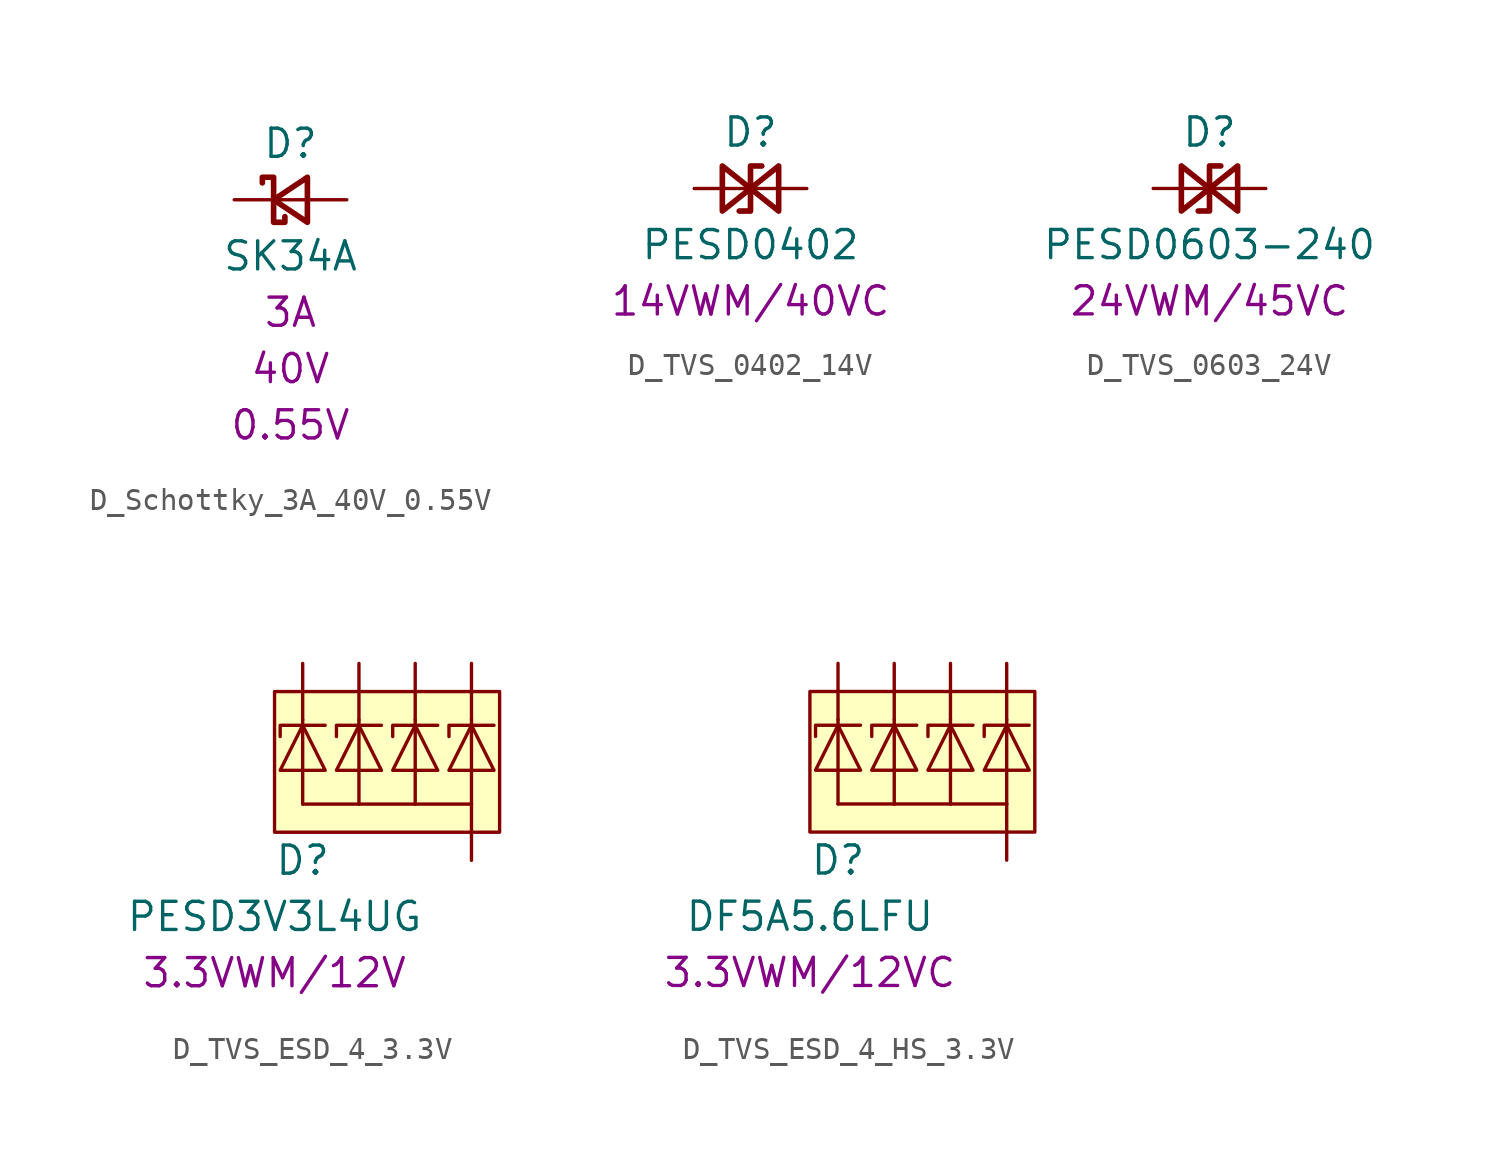
<source format=kicad_sym>
(kicad_symbol_lib
  (version 20231120)
  (generator "kicad_symbol_editor")
  (generator_version "8.0")
  (symbol "D_Schottky_3A_40V_0.55V"
    (pin_numbers hide)
    (pin_names
      (offset 1.016) hide)
    (property "Reference" "D"
      (at 0 2.54 0)
      (effects (font (size 1.27 1.27))))
    (property "Value" "SK34A"
      (at 0 -2.54 0)
      (effects (font (size 1.27 1.27))))
    (property "IMax" "3A"
      (at 0 -5.08 0)
      (effects (font (size 1.27 1.27))))
    (property "VDrop" "0.55V"
      (at 0 -10.16 0)
      (effects (font (size 1.27 1.27))))
    (property "VMax" "40V"
      (at 0 -7.62 0)
      (effects (font (size 1.27 1.27))))
    (symbol "D_Schottky_3A_40V_0.55V_0_1"
      (polyline (pts (xy -0.762 0) (xy 0.762 0)) (stroke (width 0) (type default)) (fill (type none)))
      (polyline (pts (xy 0.762 -1.016) (xy -0.762 0) (xy 0.762 1.016) (xy 0.762 -1.016)) (stroke (width 0.254) (type default)) (fill (type none)))
      (polyline (pts (xy -1.27 0.762) (xy -1.27 1.016) (xy -0.762 1.016) (xy -0.762 -1.016) (xy -0.254 -1.016) (xy -0.254 -0.762)) (stroke (width 0.254) (type default)) (fill (type none))))
    (symbol "D_Schottky_3A_40V_0.55V_1_1"
      (pin passive line (at -2.54 0 0) (length 1.778) (name "K" (effects (font (size 1.27 1.27)))) (number "1" (effects (font (size 1.27 1.27)))))
      (pin passive line (at 2.54 0 180) (length 1.778) (name "A" (effects (font (size 1.27 1.27)))) (number "2" (effects (font (size 1.27 1.27)))))))
  (symbol "D_TVS_0402_14V"
    (pin_numbers hide)
    (pin_names
      (offset 1.016) hide)
    (property "Reference" "D"
      (at 0 2.54 0)
      (effects (font (size 1.27 1.27))))
    (property "Value" "PESD0402"
      (at 0 -2.54 0)
      (effects (font (size 1.27 1.27))))
    (property "Rating" "14VWM/40VC"
      (at 0 -5.08 0)
      (effects (font (size 1.27 1.27))))
    (symbol "D_TVS_0402_14V_0_1"
      (polyline (pts (xy -1.27 0) (xy 1.27 0)) (stroke (width 0) (type default)) (fill (type none)))
      (polyline (pts (xy 0.508 1.016) (xy 0 1.016) (xy 0 -1.016) (xy -0.508 -1.016)) (stroke (width 0.254) (type default)) (fill (type none)))
      (polyline (pts (xy -1.27 1.016) (xy -1.27 -1.016) (xy 1.27 1.016) (xy 1.27 -1.016) (xy -1.27 1.016)) (stroke (width 0.254) (type default)) (fill (type none))))
    (symbol "D_TVS_0402_14V_1_1"
      (pin passive line (at -2.54 0 0) (length 1.27) (name "A1" (effects (font (size 1.27 1.27)))) (number "1" (effects (font (size 1.27 1.27)))))
      (pin passive line (at 2.54 0 180) (length 1.27) (name "A2" (effects (font (size 1.27 1.27)))) (number "2" (effects (font (size 1.27 1.27)))))))
  (symbol "D_TVS_0603_24V"
    (pin_numbers hide)
    (pin_names
      (offset 1.016) hide)
    (property "Reference" "D"
      (at 0 2.54 0)
      (effects (font (size 1.27 1.27))))
    (property "Value" "PESD0603-240"
      (at 0 -2.54 0)
      (effects (font (size 1.27 1.27))))
    (property "Rating" "24VWM/45VC"
      (at 0 -5.08 0)
      (effects (font (size 1.27 1.27))))
    (symbol "D_TVS_0603_24V_0_1"
      (polyline (pts (xy -1.27 0) (xy 1.27 0)) (stroke (width 0) (type default)) (fill (type none)))
      (polyline (pts (xy 0.508 1.016) (xy 0 1.016) (xy 0 -1.016) (xy -0.508 -1.016)) (stroke (width 0.254) (type default)) (fill (type none)))
      (polyline (pts (xy -1.27 1.016) (xy -1.27 -1.016) (xy 1.27 1.016) (xy 1.27 -1.016) (xy -1.27 1.016)) (stroke (width 0.254) (type default)) (fill (type none))))
    (symbol "D_TVS_0603_24V_1_1"
      (pin passive line (at -2.54 0 0) (length 1.27) (name "A1" (effects (font (size 1.27 1.27)))) (number "1" (effects (font (size 1.27 1.27)))))
      (pin passive line (at 2.54 0 180) (length 1.27) (name "A2" (effects (font (size 1.27 1.27)))) (number "2" (effects (font (size 1.27 1.27)))))))
  (symbol "D_TVS_ESD_4_3.3V"
    (pin_numbers hide)
    (pin_names hide)
    (property "Reference" "D"
      (at -2.54 -5.08 0)
      (effects (font (size 1.27 1.27))))
    (property "Value" "PESD3V3L4UG"
      (at -3.81 -7.62 0)
      (effects (font (size 1.27 1.27))))
    (property "Rating" "3.3VWM/12V"
      (at -3.81 -10.16 0)
      (effects (font (size 1.27 1.27))))
    (symbol "D_TVS_ESD_4_3.3V_0_1"
      (polyline (pts (xy -2.54 1.016) (xy -2.54 -2.54)) (stroke (width 0) (type default)) (fill (type none)))
      (polyline (pts (xy 0 1.016) (xy 0 -2.54)) (stroke (width 0) (type default)) (fill (type none)))
      (polyline (pts (xy 2.54 1.016) (xy 2.54 -2.54)) (stroke (width 0) (type default)) (fill (type none)))
      (polyline (pts (xy 5.08 1.016) (xy 5.08 -2.54)) (stroke (width 0) (type default)) (fill (type none)))
      (polyline (pts (xy -1.524 1.016) (xy -3.556 1.016) (xy -3.556 0.508)) (stroke (width 0) (type default)) (fill (type none)))
      (polyline (pts (xy 1.016 1.016) (xy -1.016 1.016) (xy -1.016 0.508)) (stroke (width 0) (type default)) (fill (type none)))
      (polyline (pts (xy 3.556 1.016) (xy 1.524 1.016) (xy 1.524 0.508)) (stroke (width 0) (type default)) (fill (type none)))
      (polyline (pts (xy 6.096 1.016) (xy 4.064 1.016) (xy 4.064 0.508)) (stroke (width 0) (type default)) (fill (type none)))
      (polyline (pts (xy -1.524 -1.016) (xy -2.54 1.016) (xy -3.556 -1.016) (xy -1.524 -1.016)) (stroke (width 0) (type default)) (fill (type none)))
      (polyline (pts (xy 1.016 -1.016) (xy 0 1.016) (xy -1.016 -1.016) (xy 1.016 -1.016)) (stroke (width 0) (type default)) (fill (type none)))
      (polyline (pts (xy 3.556 -1.016) (xy 2.54 1.016) (xy 1.524 -1.016) (xy 3.556 -1.016)) (stroke (width 0) (type default)) (fill (type none)))
      (polyline (pts (xy 6.096 -1.016) (xy 5.08 1.016) (xy 4.064 -1.016) (xy 6.096 -1.016)) (stroke (width 0) (type default)) (fill (type none))))
    (symbol "D_TVS_ESD_4_3.3V_1_1"
      (rectangle (start -3.81 2.54) (end 6.35 -3.81) (stroke (width 0) (type default)) (fill (type background)))
      (polyline (pts (xy -2.54 1.27) (xy -2.54 1.027)) (stroke (width 0) (type default)) (fill (type none)))
      (polyline (pts (xy 0 -2.54) (xy -2.54 -2.54)) (stroke (width 0) (type default)) (fill (type none)))
      (polyline (pts (xy 0 1.27) (xy 0 1.027)) (stroke (width 0) (type default)) (fill (type none)))
      (polyline (pts (xy 2.54 -2.54) (xy 0 -2.54)) (stroke (width 0) (type default)) (fill (type none)))
      (polyline (pts (xy 2.54 1.27) (xy 2.54 1.027)) (stroke (width 0) (type default)) (fill (type none)))
      (polyline (pts (xy 5.08 -2.54) (xy 2.54 -2.54)) (stroke (width 0) (type default)) (fill (type none)))
      (polyline (pts (xy 5.08 1.27) (xy 5.08 1.027)) (stroke (width 0) (type default)) (fill (type none)))
      (pin passive line (at -2.54 3.81 270) (length 2.54) (name "K1" (effects (font (size 1.27 1.27)))) (number "1" (effects (font (size 1.27 1.27)))))
      (pin passive line (at 5.08 -5.08 90) (length 2.54) (name "A" (effects (font (size 1.27 1.27)))) (number "2" (effects (font (size 1.27 1.27)))))
      (pin passive line (at 0 3.81 270) (length 2.54) (name "K2" (effects (font (size 1.27 1.27)))) (number "3" (effects (font (size 1.27 1.27)))))
      (pin passive line (at 2.54 3.81 270) (length 2.54) (name "K3" (effects (font (size 1.27 1.27)))) (number "4" (effects (font (size 1.27 1.27)))))
      (pin passive line (at 5.08 3.81 270) (length 2.54) (name "K4" (effects (font (size 1.27 1.27)))) (number "5" (effects (font (size 1.27 1.27)))))))
  (symbol "D_TVS_ESD_4_HS_3.3V"
    (pin_numbers hide)
    (pin_names hide)
    (property "Reference" "D"
      (at -2.54 -5.08 0)
      (effects (font (size 1.27 1.27))))
    (property "Value" "DF5A5.6LFU"
      (at -3.81 -7.62 0)
      (effects (font (size 1.27 1.27))))
    (property "Rating" "3.3VWM/12VC"
      (at -3.81 -10.16 0)
      (effects (font (size 1.27 1.27))))
    (symbol "D_TVS_ESD_4_HS_3.3V_0_1"
      (polyline (pts (xy -2.54 1.016) (xy -2.54 -2.54)) (stroke (width 0) (type default)) (fill (type none)))
      (polyline (pts (xy 0 1.016) (xy 0 -2.54)) (stroke (width 0) (type default)) (fill (type none)))
      (polyline (pts (xy 2.54 1.016) (xy 2.54 -2.54)) (stroke (width 0) (type default)) (fill (type none)))
      (polyline (pts (xy 5.08 1.016) (xy 5.08 -2.54)) (stroke (width 0) (type default)) (fill (type none)))
      (polyline (pts (xy -1.524 1.016) (xy -3.556 1.016) (xy -3.556 0.508)) (stroke (width 0) (type default)) (fill (type none)))
      (polyline (pts (xy 1.016 1.016) (xy -1.016 1.016) (xy -1.016 0.508)) (stroke (width 0) (type default)) (fill (type none)))
      (polyline (pts (xy 3.556 1.016) (xy 1.524 1.016) (xy 1.524 0.508)) (stroke (width 0) (type default)) (fill (type none)))
      (polyline (pts (xy 6.096 1.016) (xy 4.064 1.016) (xy 4.064 0.508)) (stroke (width 0) (type default)) (fill (type none)))
      (polyline (pts (xy -1.524 -1.016) (xy -2.54 1.016) (xy -3.556 -1.016) (xy -1.524 -1.016)) (stroke (width 0) (type default)) (fill (type none)))
      (polyline (pts (xy 1.016 -1.016) (xy 0 1.016) (xy -1.016 -1.016) (xy 1.016 -1.016)) (stroke (width 0) (type default)) (fill (type none)))
      (polyline (pts (xy 3.556 -1.016) (xy 2.54 1.016) (xy 1.524 -1.016) (xy 3.556 -1.016)) (stroke (width 0) (type default)) (fill (type none)))
      (polyline (pts (xy 6.096 -1.016) (xy 5.08 1.016) (xy 4.064 -1.016) (xy 6.096 -1.016)) (stroke (width 0) (type default)) (fill (type none))))
    (symbol "D_TVS_ESD_4_HS_3.3V_1_1"
      (rectangle (start -3.81 2.54) (end 6.35 -3.81) (stroke (width 0) (type default)) (fill (type background)))
      (polyline (pts (xy -2.54 1.27) (xy -2.54 1.027)) (stroke (width 0) (type default)) (fill (type none)))
      (polyline (pts (xy 0 -2.54) (xy -2.54 -2.54)) (stroke (width 0) (type default)) (fill (type none)))
      (polyline (pts (xy 0 1.27) (xy 0 1.027)) (stroke (width 0) (type default)) (fill (type none)))
      (polyline (pts (xy 2.54 -2.54) (xy 0 -2.54)) (stroke (width 0) (type default)) (fill (type none)))
      (polyline (pts (xy 2.54 1.27) (xy 2.54 1.027)) (stroke (width 0) (type default)) (fill (type none)))
      (polyline (pts (xy 5.08 -2.54) (xy 2.54 -2.54)) (stroke (width 0) (type default)) (fill (type none)))
      (polyline (pts (xy 5.08 1.27) (xy 5.08 1.027)) (stroke (width 0) (type default)) (fill (type none)))
      (pin passive line (at -2.54 3.81 270) (length 2.54) (name "K1" (effects (font (size 1.27 1.27)))) (number "1" (effects (font (size 1.27 1.27)))))
      (pin passive line (at 5.08 -5.08 90) (length 2.54) (name "A" (effects (font (size 1.27 1.27)))) (number "2" (effects (font (size 1.27 1.27)))))
      (pin passive line (at 0 3.81 270) (length 2.54) (name "K2" (effects (font (size 1.27 1.27)))) (number "3" (effects (font (size 1.27 1.27)))))
      (pin passive line (at 2.54 3.81 270) (length 2.54) (name "K3" (effects (font (size 1.27 1.27)))) (number "4" (effects (font (size 1.27 1.27)))))
      (pin passive line (at 5.08 3.81 270) (length 2.54) (name "K4" (effects (font (size 1.27 1.27)))) (number "5" (effects (font (size 1.27 1.27))))))))
</source>
